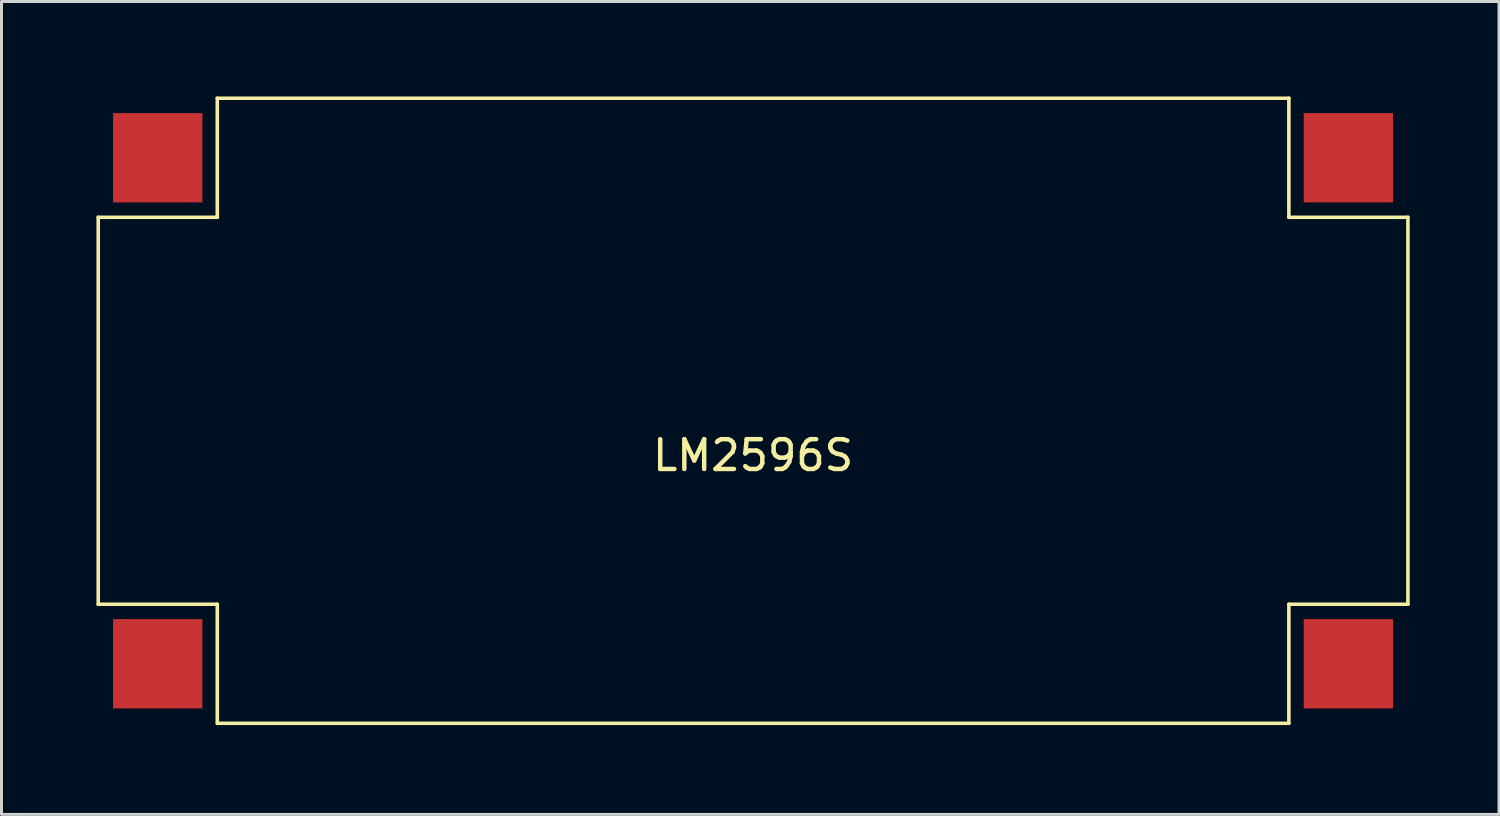
<source format=kicad_pcb>
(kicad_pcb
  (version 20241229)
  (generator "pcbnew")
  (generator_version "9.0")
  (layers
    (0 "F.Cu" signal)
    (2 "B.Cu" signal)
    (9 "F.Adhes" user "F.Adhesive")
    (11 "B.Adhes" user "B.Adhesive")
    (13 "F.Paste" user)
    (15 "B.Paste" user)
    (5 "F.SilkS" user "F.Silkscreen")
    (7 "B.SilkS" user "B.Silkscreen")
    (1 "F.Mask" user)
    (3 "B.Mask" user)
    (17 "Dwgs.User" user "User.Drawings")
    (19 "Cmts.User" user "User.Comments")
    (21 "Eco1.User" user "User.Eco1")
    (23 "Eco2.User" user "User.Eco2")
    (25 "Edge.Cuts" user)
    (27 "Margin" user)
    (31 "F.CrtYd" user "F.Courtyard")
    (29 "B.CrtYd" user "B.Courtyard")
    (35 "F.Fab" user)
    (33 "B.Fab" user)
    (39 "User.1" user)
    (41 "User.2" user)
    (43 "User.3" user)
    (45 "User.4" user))
  (footprint "LM2596S"
    (layer "F.Cu")
    (at 0.25 0.25)
    (property "Reference" "LM2596S" (at 22 12 0) (layer "F.SilkS") (effects (font (size 1 1) (thickness 0.15))))
    (attr through_hole)
    (fp_line (start 0 4) (end 0 17) (stroke (width 0.12) (type solid)) (layer "F.SilkS"))
    (fp_line (start 0 17) (end 4 17) (stroke (width 0.12) (type solid)) (layer "F.SilkS"))
    (fp_line (start 4 0) (end 4 4) (stroke (width 0.12) (type solid)) (layer "F.SilkS"))
    (fp_line (start 4 4) (end 0 4) (stroke (width 0.12) (type solid)) (layer "F.SilkS"))
    (fp_line (start 4 17) (end 4 21) (stroke (width 0.12) (type solid)) (layer "F.SilkS"))
    (fp_line (start 4 21) (end 40 21) (stroke (width 0.12) (type solid)) (layer "F.SilkS"))
    (fp_line (start 40 0) (end 4 0) (stroke (width 0.12) (type solid)) (layer "F.SilkS"))
    (fp_line (start 40 4) (end 40 0) (stroke (width 0.12) (type solid)) (layer "F.SilkS"))
    (fp_line (start 40 17) (end 44 17) (stroke (width 0.12) (type solid)) (layer "F.SilkS"))
    (fp_line (start 40 21) (end 40 17) (stroke (width 0.12) (type solid)) (layer "F.SilkS"))
    (fp_line (start 44 4) (end 40 4) (stroke (width 0.12) (type solid)) (layer "F.SilkS"))
    (fp_line (start 44 17) (end 44 4) (stroke (width 0.12) (type solid)) (layer "F.SilkS"))
    (pad "1" smd rect (at 2 2) (size 3 3) (layers "F.Cu" "F.Mask" "F.Paste"))
    (pad "2" smd rect (at 2 19) (size 3 3) (layers "F.Cu" "F.Mask" "F.Paste"))
    (pad "3" smd rect (at 42 2) (size 3 3) (layers "F.Cu" "F.Mask" "F.Paste"))
    (pad "4" smd rect (at 42 19) (size 3 3) (layers "F.Cu" "F.Mask" "F.Paste")))
  (gr_rect
    (start -3 -3)
    (end 47.31 24.31)
    (stroke (width 0.1) (type default))
    (fill no)
    (layer "Edge.Cuts")))
</source>
